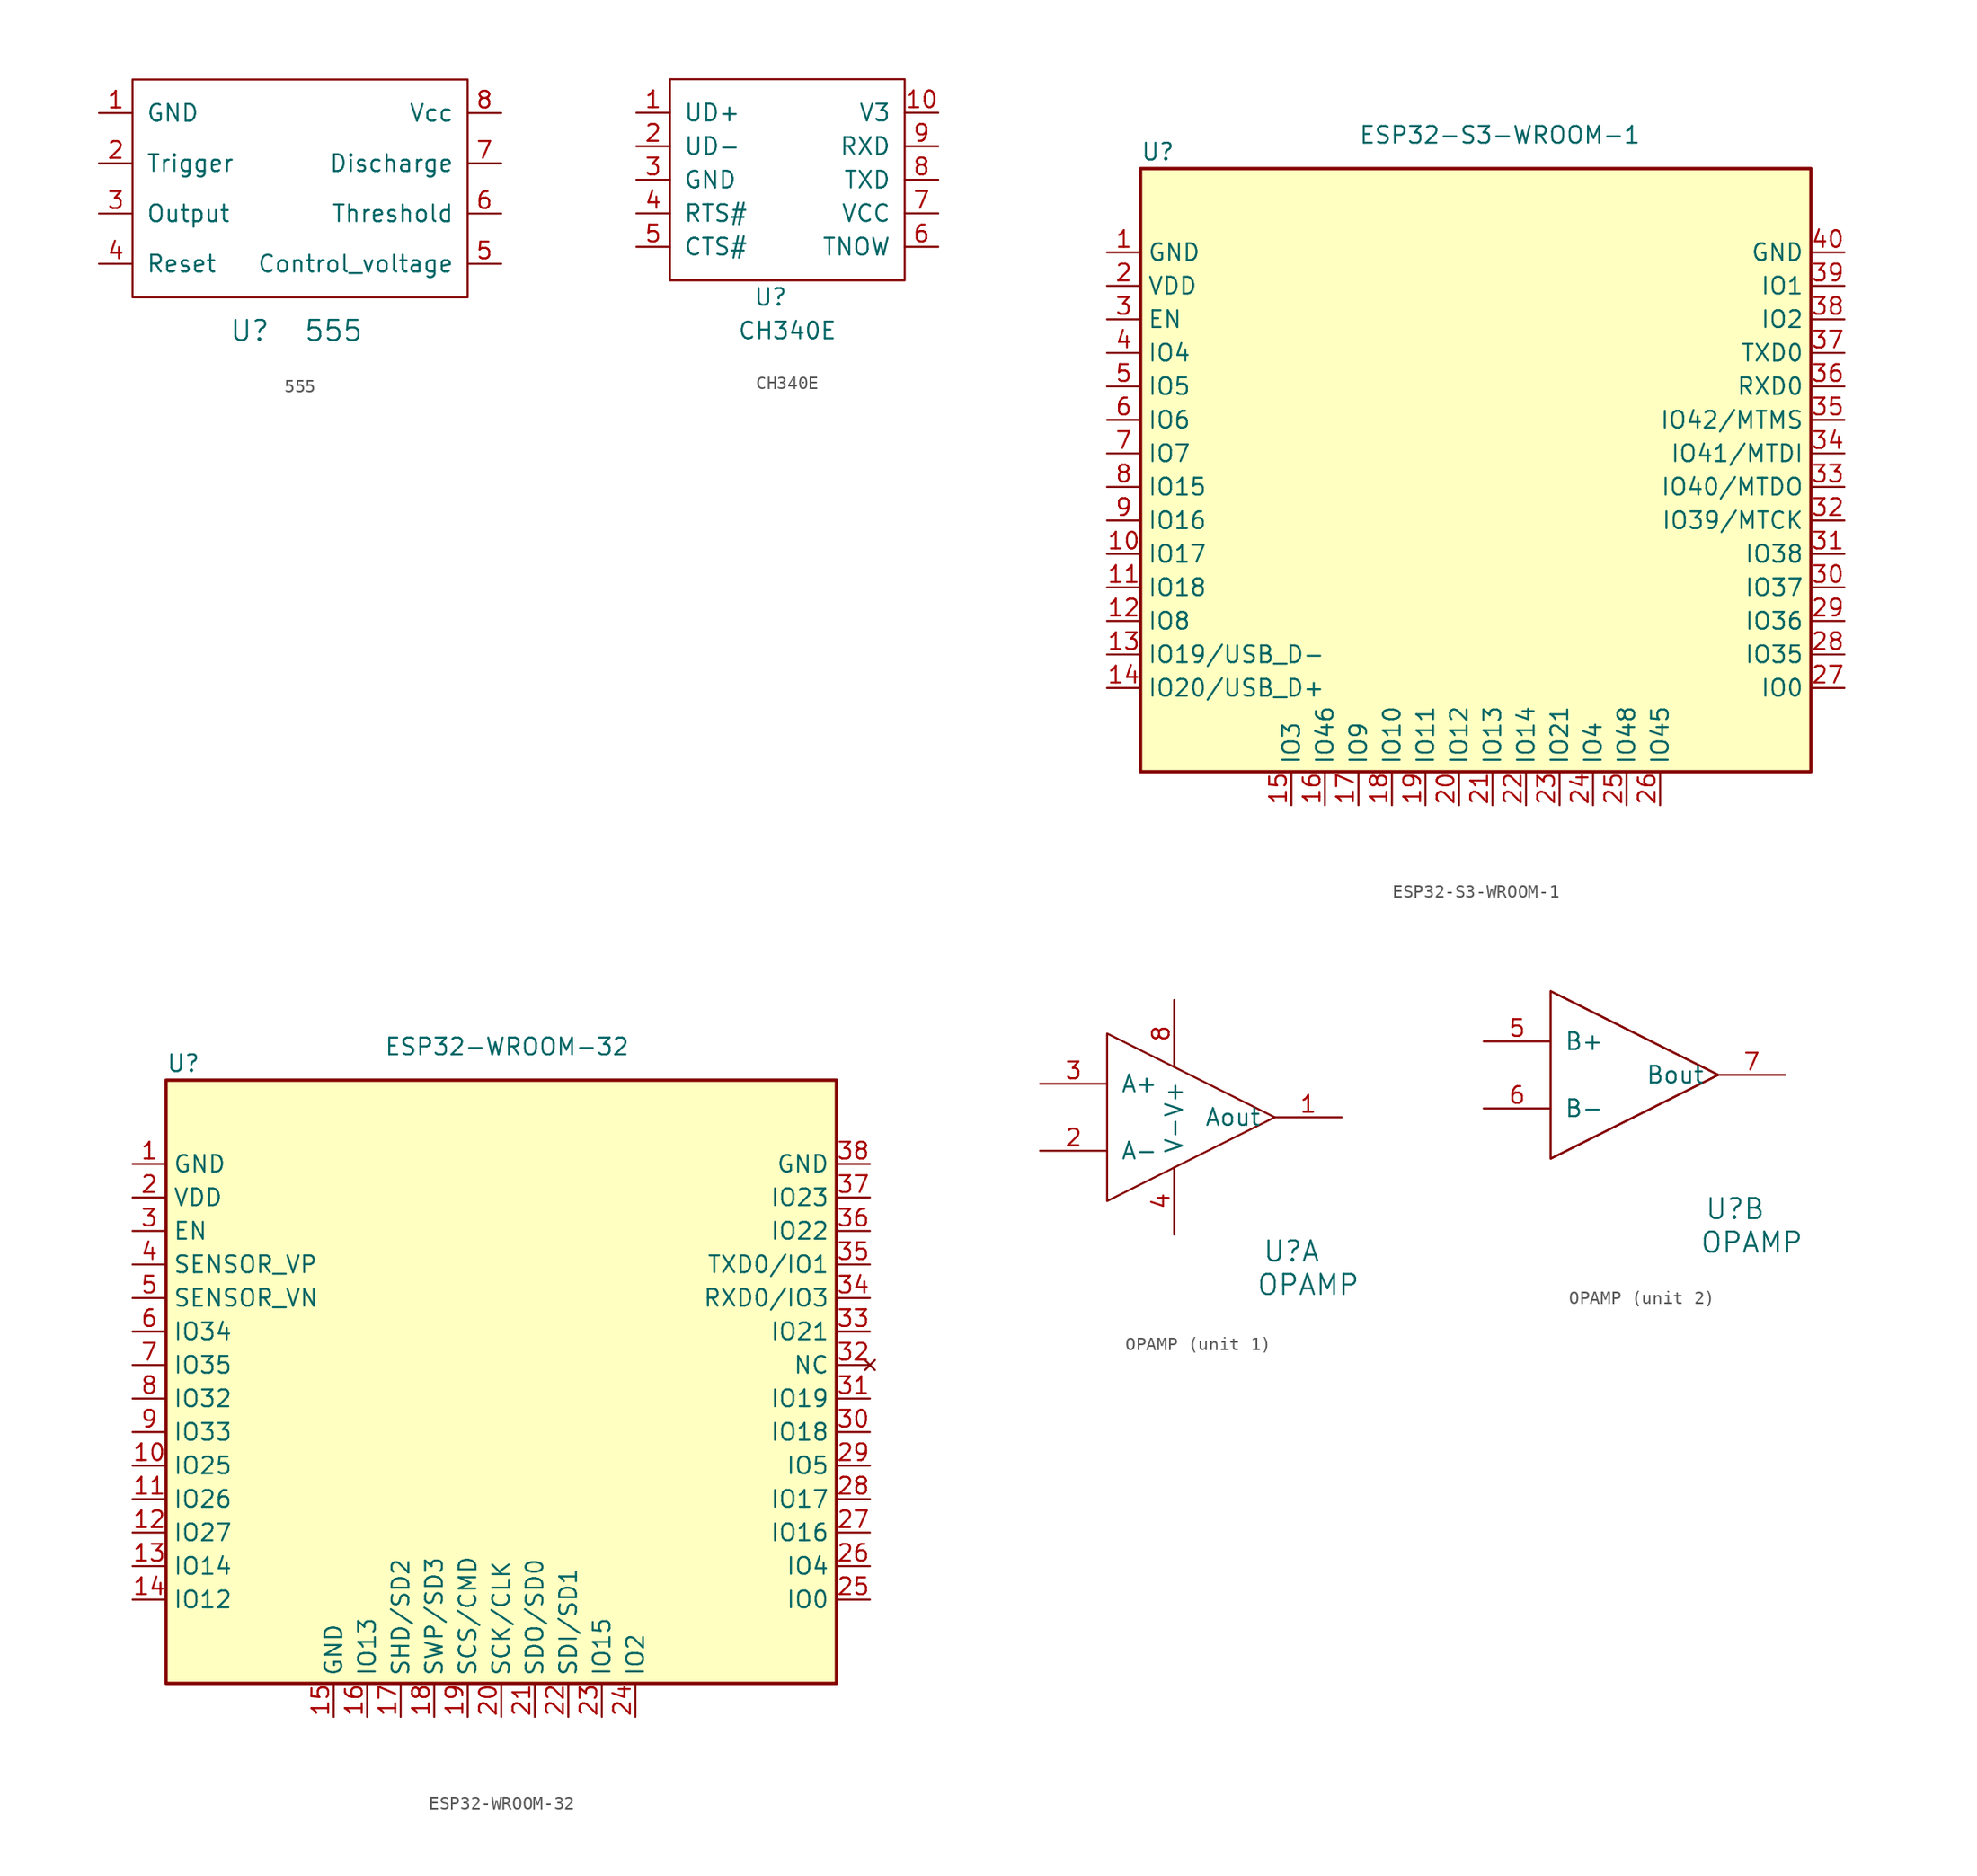
<source format=kicad_sym>
(kicad_symbol_lib
  (version 20220914)
  (generator kicad_symbol_editor)
  (symbol "555"
    (pin_names
      (offset 1.016))
    (property "Reference" "U"
      (at -3.81 -11.43 0)
      (effects (font (size 1.524 1.524))))
    (property "Value" "555"
      (at 2.54 -11.43 0)
      (effects (font (size 1.524 1.524))))
    (property "Footprint" ""
      (at 0 0 0)
      (effects (font (size 1.524 1.524))))
    (property "Datasheet" ""
      (at 0 0 0)
      (effects (font (size 1.524 1.524))))
    (symbol "555_0_1"
      (rectangle (start -12.7 7.62) (end 12.7 -8.89) (stroke (width 0) (type solid)) (fill (type none))))
    (symbol "555_1_1"
      (pin power_in line (at -15.24 5.08 0) (length 2.54) (name "GND" (effects (font (size 1.27 1.27)))) (number "1" (effects (font (size 1.27 1.27)))))
      (pin input line (at -15.24 1.27 0) (length 2.54) (name "Trigger" (effects (font (size 1.27 1.27)))) (number "2" (effects (font (size 1.27 1.27)))))
      (pin output line (at -15.24 -2.54 0) (length 2.54) (name "Output" (effects (font (size 1.27 1.27)))) (number "3" (effects (font (size 1.27 1.27)))))
      (pin input line (at -15.24 -6.35 0) (length 2.54) (name "Reset" (effects (font (size 1.27 1.27)))) (number "4" (effects (font (size 1.27 1.27)))))
      (pin input line (at 15.24 -6.35 180) (length 2.54) (name "Control_voltage" (effects (font (size 1.27 1.27)))) (number "5" (effects (font (size 1.27 1.27)))))
      (pin input line (at 15.24 -2.54 180) (length 2.54) (name "Threshold" (effects (font (size 1.27 1.27)))) (number "6" (effects (font (size 1.27 1.27)))))
      (pin input line (at 15.24 1.27 180) (length 2.54) (name "Discharge" (effects (font (size 1.27 1.27)))) (number "7" (effects (font (size 1.27 1.27)))))
      (pin power_in line (at 15.24 5.08 180) (length 2.54) (name "Vcc" (effects (font (size 1.27 1.27)))) (number "8" (effects (font (size 1.27 1.27)))))))
  (symbol "CH340E"
    (pin_names
      (offset 1.016))
    (property "Reference" "U"
      (at -1.27 -8.89 0)
      (effects (font (size 1.27 1.27))))
    (property "Value" "CH340E"
      (at 0 -11.43 0)
      (effects (font (size 1.27 1.27))))
    (symbol "CH340E_0_1"
      (rectangle (start -8.89 7.62) (end 8.89 -7.62) (stroke (width 0) (type solid)) (fill (type none))))
    (symbol "CH340E_1_1"
      (pin input line (at -11.43 5.08 0) (length 2.54) (name "UD+" (effects (font (size 1.27 1.27)))) (number "1" (effects (font (size 1.27 1.27)))))
      (pin power_in line (at 11.43 5.08 180) (length 2.54) (name "V3" (effects (font (size 1.27 1.27)))) (number "10" (effects (font (size 1.27 1.27)))))
      (pin input line (at -11.43 2.54 0) (length 2.54) (name "UD-" (effects (font (size 1.27 1.27)))) (number "2" (effects (font (size 1.27 1.27)))))
      (pin power_in line (at -11.43 0 0) (length 2.54) (name "GND" (effects (font (size 1.27 1.27)))) (number "3" (effects (font (size 1.27 1.27)))))
      (pin output line (at -11.43 -2.54 0) (length 2.54) (name "RTS#" (effects (font (size 1.27 1.27)))) (number "4" (effects (font (size 1.27 1.27)))))
      (pin input line (at -11.43 -5.08 0) (length 2.54) (name "CTS#" (effects (font (size 1.27 1.27)))) (number "5" (effects (font (size 1.27 1.27)))))
      (pin output line (at 11.43 -5.08 180) (length 2.54) (name "TNOW" (effects (font (size 1.27 1.27)))) (number "6" (effects (font (size 1.27 1.27)))))
      (pin power_in line (at 11.43 -2.54 180) (length 2.54) (name "VCC" (effects (font (size 1.27 1.27)))) (number "7" (effects (font (size 1.27 1.27)))))
      (pin output line (at 11.43 0 180) (length 2.54) (name "TXD" (effects (font (size 1.27 1.27)))) (number "8" (effects (font (size 1.27 1.27)))))
      (pin input line (at 11.43 2.54 180) (length 2.54) (name "RXD" (effects (font (size 1.27 1.27)))) (number "9" (effects (font (size 1.27 1.27)))))))
  (symbol "ESP32-S3-WROOM-1"
    (property "Reference" "U"
      (at -24.13 24.13 0)
      (effects (font (size 1.27 1.27)) (justify left)))
    (property "Value" "ESP32-S3-WROOM-1"
      (at -7.62 25.4 0)
      (effects (font (size 1.27 1.27)) (justify left)))
    (symbol "ESP32-S3-WROOM-1_0_1"
      (rectangle (start -24.13 22.86) (end 26.67 -22.86) (stroke (width 0.254) (type solid)) (fill (type background))))
    (symbol "ESP32-S3-WROOM-1_1_1"
      (pin power_in line (at -26.67 16.51 0) (length 2.54) (name "GND" (effects (font (size 1.27 1.27)))) (number "1" (effects (font (size 1.27 1.27)))))
      (pin bidirectional line (at -26.67 -6.35 0) (length 2.54) (name "IO17" (effects (font (size 1.27 1.27)))) (number "10" (effects (font (size 1.27 1.27)))))
      (pin bidirectional line (at -26.67 -8.89 0) (length 2.54) (name "IO18" (effects (font (size 1.27 1.27)))) (number "11" (effects (font (size 1.27 1.27)))))
      (pin bidirectional line (at -26.67 -11.43 0) (length 2.54) (name "IO8" (effects (font (size 1.27 1.27)))) (number "12" (effects (font (size 1.27 1.27)))))
      (pin bidirectional line (at -26.67 -13.97 0) (length 2.54) (name "IO19/USB_D-" (effects (font (size 1.27 1.27)))) (number "13" (effects (font (size 1.27 1.27)))))
      (pin bidirectional line (at -26.67 -16.51 0) (length 2.54) (name "IO20/USB_D+" (effects (font (size 1.27 1.27)))) (number "14" (effects (font (size 1.27 1.27)))))
      (pin bidirectional line (at -12.7 -25.4 90) (length 2.54) (name "IO3" (effects (font (size 1.27 1.27)))) (number "15" (effects (font (size 1.27 1.27)))))
      (pin bidirectional line (at -10.16 -25.4 90) (length 2.54) (name "IO46" (effects (font (size 1.27 1.27)))) (number "16" (effects (font (size 1.27 1.27)))))
      (pin bidirectional line (at -7.62 -25.4 90) (length 2.54) (name "IO9" (effects (font (size 1.27 1.27)))) (number "17" (effects (font (size 1.27 1.27)))))
      (pin bidirectional line (at -5.08 -25.4 90) (length 2.54) (name "IO10" (effects (font (size 1.27 1.27)))) (number "18" (effects (font (size 1.27 1.27)))))
      (pin bidirectional line (at -2.54 -25.4 90) (length 2.54) (name "IO11" (effects (font (size 1.27 1.27)))) (number "19" (effects (font (size 1.27 1.27)))))
      (pin power_in line (at -26.67 13.97 0) (length 2.54) (name "VDD" (effects (font (size 1.27 1.27)))) (number "2" (effects (font (size 1.27 1.27)))))
      (pin bidirectional line (at 0 -25.4 90) (length 2.54) (name "IO12" (effects (font (size 1.27 1.27)))) (number "20" (effects (font (size 1.27 1.27)))))
      (pin bidirectional line (at 2.54 -25.4 90) (length 2.54) (name "IO13" (effects (font (size 1.27 1.27)))) (number "21" (effects (font (size 1.27 1.27)))))
      (pin bidirectional line (at 5.08 -25.4 90) (length 2.54) (name "IO14" (effects (font (size 1.27 1.27)))) (number "22" (effects (font (size 1.27 1.27)))))
      (pin bidirectional line (at 7.62 -25.4 90) (length 2.54) (name "IO21" (effects (font (size 1.27 1.27)))) (number "23" (effects (font (size 1.27 1.27)))))
      (pin bidirectional line (at 10.16 -25.4 90) (length 2.54) (name "IO4" (effects (font (size 1.27 1.27)))) (number "24" (effects (font (size 1.27 1.27)))))
      (pin bidirectional line (at 12.7 -25.4 90) (length 2.54) (name "IO48" (effects (font (size 1.27 1.27)))) (number "25" (effects (font (size 1.27 1.27)))))
      (pin bidirectional line (at 15.24 -25.4 90) (length 2.54) (name "IO45" (effects (font (size 1.27 1.27)))) (number "26" (effects (font (size 1.27 1.27)))))
      (pin bidirectional line (at 29.21 -16.51 180) (length 2.54) (name "IO0" (effects (font (size 1.27 1.27)))) (number "27" (effects (font (size 1.27 1.27)))))
      (pin bidirectional line (at 29.21 -13.97 180) (length 2.54) (name "IO35" (effects (font (size 1.27 1.27)))) (number "28" (effects (font (size 1.27 1.27)))))
      (pin bidirectional line (at 29.21 -11.43 180) (length 2.54) (name "IO36" (effects (font (size 1.27 1.27)))) (number "29" (effects (font (size 1.27 1.27)))))
      (pin bidirectional line (at -26.67 11.43 0) (length 2.54) (name "EN" (effects (font (size 1.27 1.27)))) (number "3" (effects (font (size 1.27 1.27)))))
      (pin bidirectional line (at 29.21 -8.89 180) (length 2.54) (name "IO37" (effects (font (size 1.27 1.27)))) (number "30" (effects (font (size 1.27 1.27)))))
      (pin bidirectional line (at 29.21 -6.35 180) (length 2.54) (name "IO38" (effects (font (size 1.27 1.27)))) (number "31" (effects (font (size 1.27 1.27)))))
      (pin bidirectional line (at 29.21 -3.81 180) (length 2.54) (name "IO39/MTCK" (effects (font (size 1.27 1.27)))) (number "32" (effects (font (size 1.27 1.27)))))
      (pin bidirectional line (at 29.21 -1.27 180) (length 2.54) (name "IO40/MTDO" (effects (font (size 1.27 1.27)))) (number "33" (effects (font (size 1.27 1.27)))))
      (pin bidirectional line (at 29.21 1.27 180) (length 2.54) (name "IO41/MTDI" (effects (font (size 1.27 1.27)))) (number "34" (effects (font (size 1.27 1.27)))))
      (pin bidirectional line (at 29.21 3.81 180) (length 2.54) (name "IO42/MTMS" (effects (font (size 1.27 1.27)))) (number "35" (effects (font (size 1.27 1.27)))))
      (pin bidirectional line (at 29.21 6.35 180) (length 2.54) (name "RXD0" (effects (font (size 1.27 1.27)))) (number "36" (effects (font (size 1.27 1.27)))))
      (pin bidirectional line (at 29.21 8.89 180) (length 2.54) (name "TXD0" (effects (font (size 1.27 1.27)))) (number "37" (effects (font (size 1.27 1.27)))))
      (pin bidirectional line (at 29.21 11.43 180) (length 2.54) (name "IO2" (effects (font (size 1.27 1.27)))) (number "38" (effects (font (size 1.27 1.27)))))
      (pin bidirectional line (at 29.21 13.97 180) (length 2.54) (name "IO1" (effects (font (size 1.27 1.27)))) (number "39" (effects (font (size 1.27 1.27)))))
      (pin bidirectional line (at -26.67 8.89 0) (length 2.54) (name "IO4" (effects (font (size 1.27 1.27)))) (number "4" (effects (font (size 1.27 1.27)))))
      (pin power_in line (at 29.21 16.51 180) (length 2.54) (name "GND" (effects (font (size 1.27 1.27)))) (number "40" (effects (font (size 1.27 1.27)))))
      (pin bidirectional line (at -26.67 6.35 0) (length 2.54) (name "IO5" (effects (font (size 1.27 1.27)))) (number "5" (effects (font (size 1.27 1.27)))))
      (pin bidirectional line (at -26.67 3.81 0) (length 2.54) (name "IO6" (effects (font (size 1.27 1.27)))) (number "6" (effects (font (size 1.27 1.27)))))
      (pin bidirectional line (at -26.67 1.27 0) (length 2.54) (name "IO7" (effects (font (size 1.27 1.27)))) (number "7" (effects (font (size 1.27 1.27)))))
      (pin bidirectional line (at -26.67 -1.27 0) (length 2.54) (name "IO15" (effects (font (size 1.27 1.27)))) (number "8" (effects (font (size 1.27 1.27)))))
      (pin bidirectional line (at -26.67 -3.81 0) (length 2.54) (name "IO16" (effects (font (size 1.27 1.27)))) (number "9" (effects (font (size 1.27 1.27)))))))
  (symbol "ESP32-WROOM-32"
    (property "Reference" "U"
      (at -24.13 24.13 0)
      (effects (font (size 1.27 1.27)) (justify left)))
    (property "Value" "ESP32-WROOM-32"
      (at -7.62 25.4 0)
      (effects (font (size 1.27 1.27)) (justify left)))
    (symbol "ESP32-WROOM-32_0_1"
      (rectangle (start -24.13 22.86) (end 26.67 -22.86) (stroke (width 0.254) (type solid)) (fill (type background))))
    (symbol "ESP32-WROOM-32_1_1"
      (pin power_in line (at -26.67 16.51 0) (length 2.54) (name "GND" (effects (font (size 1.27 1.27)))) (number "1" (effects (font (size 1.27 1.27)))))
      (pin bidirectional line (at -26.67 -6.35 0) (length 2.54) (name "IO25" (effects (font (size 1.27 1.27)))) (number "10" (effects (font (size 1.27 1.27)))))
      (pin bidirectional line (at -26.67 -8.89 0) (length 2.54) (name "IO26" (effects (font (size 1.27 1.27)))) (number "11" (effects (font (size 1.27 1.27)))))
      (pin bidirectional line (at -26.67 -11.43 0) (length 2.54) (name "IO27" (effects (font (size 1.27 1.27)))) (number "12" (effects (font (size 1.27 1.27)))))
      (pin bidirectional line (at -26.67 -13.97 0) (length 2.54) (name "IO14" (effects (font (size 1.27 1.27)))) (number "13" (effects (font (size 1.27 1.27)))))
      (pin bidirectional line (at -26.67 -16.51 0) (length 2.54) (name "IO12" (effects (font (size 1.27 1.27)))) (number "14" (effects (font (size 1.27 1.27)))))
      (pin power_in line (at -11.43 -25.4 90) (length 2.54) (name "GND" (effects (font (size 1.27 1.27)))) (number "15" (effects (font (size 1.27 1.27)))))
      (pin bidirectional line (at -8.89 -25.4 90) (length 2.54) (name "IO13" (effects (font (size 1.27 1.27)))) (number "16" (effects (font (size 1.27 1.27)))))
      (pin bidirectional line (at -6.35 -25.4 90) (length 2.54) (name "SHD/SD2" (effects (font (size 1.27 1.27)))) (number "17" (effects (font (size 1.27 1.27)))))
      (pin bidirectional line (at -3.81 -25.4 90) (length 2.54) (name "SWP/SD3" (effects (font (size 1.27 1.27)))) (number "18" (effects (font (size 1.27 1.27)))))
      (pin bidirectional line (at -1.27 -25.4 90) (length 2.54) (name "SCS/CMD" (effects (font (size 1.27 1.27)))) (number "19" (effects (font (size 1.27 1.27)))))
      (pin power_in line (at -26.67 13.97 0) (length 2.54) (name "VDD" (effects (font (size 1.27 1.27)))) (number "2" (effects (font (size 1.27 1.27)))))
      (pin bidirectional line (at 1.27 -25.4 90) (length 2.54) (name "SCK/CLK" (effects (font (size 1.27 1.27)))) (number "20" (effects (font (size 1.27 1.27)))))
      (pin bidirectional line (at 3.81 -25.4 90) (length 2.54) (name "SDO/SD0" (effects (font (size 1.27 1.27)))) (number "21" (effects (font (size 1.27 1.27)))))
      (pin bidirectional line (at 6.35 -25.4 90) (length 2.54) (name "SDI/SD1" (effects (font (size 1.27 1.27)))) (number "22" (effects (font (size 1.27 1.27)))))
      (pin bidirectional line (at 8.89 -25.4 90) (length 2.54) (name "IO15" (effects (font (size 1.27 1.27)))) (number "23" (effects (font (size 1.27 1.27)))))
      (pin bidirectional line (at 11.43 -25.4 90) (length 2.54) (name "IO2" (effects (font (size 1.27 1.27)))) (number "24" (effects (font (size 1.27 1.27)))))
      (pin bidirectional line (at 29.21 -16.51 180) (length 2.54) (name "IO0" (effects (font (size 1.27 1.27)))) (number "25" (effects (font (size 1.27 1.27)))))
      (pin bidirectional line (at 29.21 -13.97 180) (length 2.54) (name "IO4" (effects (font (size 1.27 1.27)))) (number "26" (effects (font (size 1.27 1.27)))))
      (pin bidirectional line (at 29.21 -11.43 180) (length 2.54) (name "IO16" (effects (font (size 1.27 1.27)))) (number "27" (effects (font (size 1.27 1.27)))))
      (pin bidirectional line (at 29.21 -8.89 180) (length 2.54) (name "IO17" (effects (font (size 1.27 1.27)))) (number "28" (effects (font (size 1.27 1.27)))))
      (pin bidirectional line (at 29.21 -6.35 180) (length 2.54) (name "IO5" (effects (font (size 1.27 1.27)))) (number "29" (effects (font (size 1.27 1.27)))))
      (pin input line (at -26.67 11.43 0) (length 2.54) (name "EN" (effects (font (size 1.27 1.27)))) (number "3" (effects (font (size 1.27 1.27)))))
      (pin bidirectional line (at 29.21 -3.81 180) (length 2.54) (name "IO18" (effects (font (size 1.27 1.27)))) (number "30" (effects (font (size 1.27 1.27)))))
      (pin bidirectional line (at 29.21 -1.27 180) (length 2.54) (name "IO19" (effects (font (size 1.27 1.27)))) (number "31" (effects (font (size 1.27 1.27)))))
      (pin no_connect line (at 29.21 1.27 180) (length 2.54) (name "NC" (effects (font (size 1.27 1.27)))) (number "32" (effects (font (size 1.27 1.27)))))
      (pin bidirectional line (at 29.21 3.81 180) (length 2.54) (name "IO21" (effects (font (size 1.27 1.27)))) (number "33" (effects (font (size 1.27 1.27)))))
      (pin bidirectional line (at 29.21 6.35 180) (length 2.54) (name "RXD0/IO3" (effects (font (size 1.27 1.27)))) (number "34" (effects (font (size 1.27 1.27)))))
      (pin bidirectional line (at 29.21 8.89 180) (length 2.54) (name "TXD0/IO1" (effects (font (size 1.27 1.27)))) (number "35" (effects (font (size 1.27 1.27)))))
      (pin bidirectional line (at 29.21 11.43 180) (length 2.54) (name "IO22" (effects (font (size 1.27 1.27)))) (number "36" (effects (font (size 1.27 1.27)))))
      (pin bidirectional line (at 29.21 13.97 180) (length 2.54) (name "IO23" (effects (font (size 1.27 1.27)))) (number "37" (effects (font (size 1.27 1.27)))))
      (pin power_in line (at 29.21 16.51 180) (length 2.54) (name "GND" (effects (font (size 1.27 1.27)))) (number "38" (effects (font (size 1.27 1.27)))))
      (pin input line (at -26.67 8.89 0) (length 2.54) (name "SENSOR_VP" (effects (font (size 1.27 1.27)))) (number "4" (effects (font (size 1.27 1.27)))))
      (pin input line (at -26.67 6.35 0) (length 2.54) (name "SENSOR_VN" (effects (font (size 1.27 1.27)))) (number "5" (effects (font (size 1.27 1.27)))))
      (pin input line (at -26.67 3.81 0) (length 2.54) (name "IO34" (effects (font (size 1.27 1.27)))) (number "6" (effects (font (size 1.27 1.27)))))
      (pin input line (at -26.67 1.27 0) (length 2.54) (name "IO35" (effects (font (size 1.27 1.27)))) (number "7" (effects (font (size 1.27 1.27)))))
      (pin bidirectional line (at -26.67 -1.27 0) (length 2.54) (name "IO32" (effects (font (size 1.27 1.27)))) (number "8" (effects (font (size 1.27 1.27)))))
      (pin bidirectional line (at -26.67 -3.81 0) (length 2.54) (name "IO33" (effects (font (size 1.27 1.27)))) (number "9" (effects (font (size 1.27 1.27)))))))
  (symbol "OPAMP"
    (pin_names
      (offset 1.016))
    (property "Reference" "U"
      (at 7.62 -10.16 0)
      (effects (font (size 1.524 1.524))))
    (property "Value" "OPAMP"
      (at 8.89 -12.7 0)
      (effects (font (size 1.524 1.524))))
    (property "Footprint" ""
      (at -5.08 5.08 0)
      (effects (font (size 1.524 1.524))))
    (property "Datasheet" ""
      (at -5.08 5.08 0)
      (effects (font (size 1.524 1.524))))
    (symbol "OPAMP_0_1"
      (polyline (pts (xy -6.35 6.35) (xy -6.35 -6.35) (xy 6.35 0) (xy -6.35 6.35)) (stroke (width 0) (type solid)) (fill (type none))))
    (symbol "OPAMP_1_1"
      (pin output line (at 11.43 0 180) (length 5.08) (name "Aout" (effects (font (size 1.27 1.27)))) (number "1" (effects (font (size 1.27 1.27)))))
      (pin input line (at -11.43 -2.54 0) (length 5.08) (name "A-" (effects (font (size 1.27 1.27)))) (number "2" (effects (font (size 1.27 1.27)))))
      (pin input line (at -11.43 2.54 0) (length 5.08) (name "A+" (effects (font (size 1.27 1.27)))) (number "3" (effects (font (size 1.27 1.27)))))
      (pin power_in line (at -1.27 -8.89 90) (length 5.08) (name "V-" (effects (font (size 1.27 1.27)))) (number "4" (effects (font (size 1.27 1.27)))))
      (pin power_in line (at -1.27 8.89 270) (length 5.08) (name "V+" (effects (font (size 1.27 1.27)))) (number "8" (effects (font (size 1.27 1.27))))))
    (symbol "OPAMP_2_1"
      (polyline (pts (xy -6.35 6.35) (xy -6.35 -6.35) (xy 6.35 0) (xy -6.35 6.35)) (stroke (width 0) (type solid)) (fill (type none)))
      (pin input line (at -11.43 2.54 0) (length 5.08) (name "B+" (effects (font (size 1.27 1.27)))) (number "5" (effects (font (size 1.27 1.27)))))
      (pin input line (at -11.43 -2.54 0) (length 5.08) (name "B-" (effects (font (size 1.27 1.27)))) (number "6" (effects (font (size 1.27 1.27)))))
      (pin output line (at 11.43 0 180) (length 5.08) (name "Bout" (effects (font (size 1.27 1.27)))) (number "7" (effects (font (size 1.27 1.27))))))))
</source>
